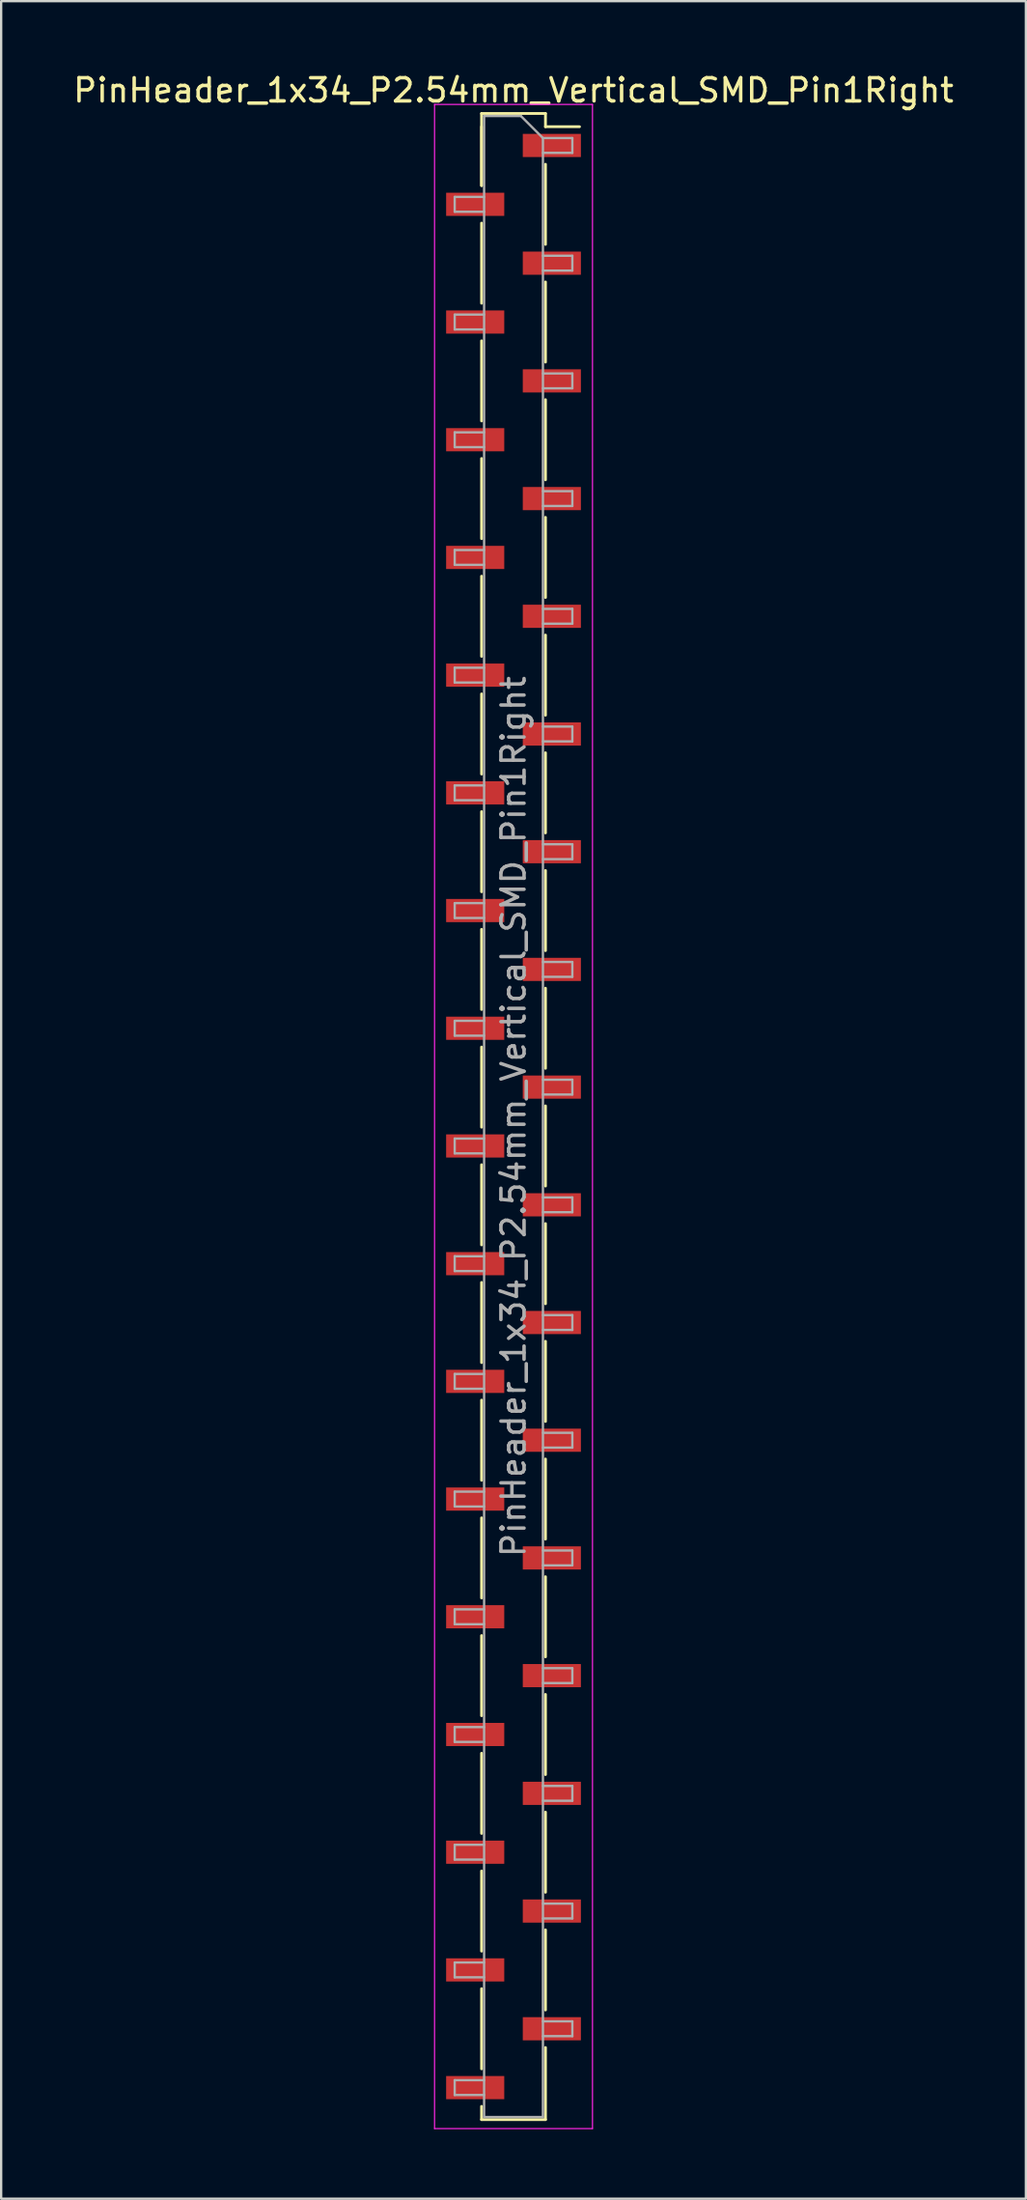
<source format=kicad_pcb>
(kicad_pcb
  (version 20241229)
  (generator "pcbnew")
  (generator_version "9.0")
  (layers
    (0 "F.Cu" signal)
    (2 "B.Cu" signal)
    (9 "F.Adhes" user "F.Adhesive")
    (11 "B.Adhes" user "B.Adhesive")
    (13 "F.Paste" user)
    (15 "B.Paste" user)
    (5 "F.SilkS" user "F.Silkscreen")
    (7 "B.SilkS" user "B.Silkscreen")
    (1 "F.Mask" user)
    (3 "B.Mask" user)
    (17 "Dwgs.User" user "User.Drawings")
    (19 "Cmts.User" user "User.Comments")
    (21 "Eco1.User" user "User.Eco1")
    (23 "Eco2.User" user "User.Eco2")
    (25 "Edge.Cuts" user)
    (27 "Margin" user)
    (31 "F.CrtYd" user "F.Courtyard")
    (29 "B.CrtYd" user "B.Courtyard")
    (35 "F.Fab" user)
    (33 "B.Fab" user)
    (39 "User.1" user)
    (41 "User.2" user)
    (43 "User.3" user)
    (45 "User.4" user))
  (footprint "PinHeader_1x34_P2.54mm_Vertical_SMD_Pin1Right"
    (layer "F.Cu")
    (at 19.125 45.138)
    (property "Reference" "PinHeader_1x34_P2.54mm_Vertical_SMD_Pin1Right" (at 0 -44.29 0) (layer "F.SilkS") (effects (font (size 1 1) (thickness 0.15))))
    (attr smd)
    (fp_line (start -1.38 -43.29) (end -1.38 -40.18) (stroke (width 0.12) (type solid)) (layer "F.SilkS"))
    (fp_line (start -1.38 -43.29) (end 1.38 -43.29) (stroke (width 0.12) (type solid)) (layer "F.SilkS"))
    (fp_line (start -1.38 -42.72) (end -1.38 -40.18) (stroke (width 0.12) (type solid)) (layer "F.SilkS"))
    (fp_line (start -1.38 -38.56) (end -1.38 -35.1) (stroke (width 0.12) (type solid)) (layer "F.SilkS"))
    (fp_line (start -1.38 -33.48) (end -1.38 -30.02) (stroke (width 0.12) (type solid)) (layer "F.SilkS"))
    (fp_line (start -1.38 -28.4) (end -1.38 -24.94) (stroke (width 0.12) (type solid)) (layer "F.SilkS"))
    (fp_line (start -1.38 -23.32) (end -1.38 -19.86) (stroke (width 0.12) (type solid)) (layer "F.SilkS"))
    (fp_line (start -1.38 -18.24) (end -1.38 -14.78) (stroke (width 0.12) (type solid)) (layer "F.SilkS"))
    (fp_line (start -1.38 -13.16) (end -1.38 -9.7) (stroke (width 0.12) (type solid)) (layer "F.SilkS"))
    (fp_line (start -1.38 -8.08) (end -1.38 -4.62) (stroke (width 0.12) (type solid)) (layer "F.SilkS"))
    (fp_line (start -1.38 -3) (end -1.38 0.46) (stroke (width 0.12) (type solid)) (layer "F.SilkS"))
    (fp_line (start -1.38 2.08) (end -1.38 5.54) (stroke (width 0.12) (type solid)) (layer "F.SilkS"))
    (fp_line (start -1.38 7.16) (end -1.38 10.62) (stroke (width 0.12) (type solid)) (layer "F.SilkS"))
    (fp_line (start -1.38 12.24) (end -1.38 15.7) (stroke (width 0.12) (type solid)) (layer "F.SilkS"))
    (fp_line (start -1.38 17.32) (end -1.38 20.78) (stroke (width 0.12) (type solid)) (layer "F.SilkS"))
    (fp_line (start -1.38 22.4) (end -1.38 25.86) (stroke (width 0.12) (type solid)) (layer "F.SilkS"))
    (fp_line (start -1.38 27.48) (end -1.38 30.94) (stroke (width 0.12) (type solid)) (layer "F.SilkS"))
    (fp_line (start -1.38 32.56) (end -1.38 36.02) (stroke (width 0.12) (type solid)) (layer "F.SilkS"))
    (fp_line (start -1.38 37.64) (end -1.38 41.1) (stroke (width 0.12) (type solid)) (layer "F.SilkS"))
    (fp_line (start -1.38 42.72) (end -1.38 43.29) (stroke (width 0.12) (type solid)) (layer "F.SilkS"))
    (fp_line (start -1.38 43.29) (end 1.38 43.29) (stroke (width 0.12) (type solid)) (layer "F.SilkS"))
    (fp_line (start 1.38 -43.29) (end 1.38 -42.72) (stroke (width 0.12) (type solid)) (layer "F.SilkS"))
    (fp_line (start 1.38 -42.72) (end 2.85 -42.72) (stroke (width 0.12) (type solid)) (layer "F.SilkS"))
    (fp_line (start 1.38 -41.1) (end 1.38 -37.64) (stroke (width 0.12) (type solid)) (layer "F.SilkS"))
    (fp_line (start 1.38 -36.02) (end 1.38 -32.56) (stroke (width 0.12) (type solid)) (layer "F.SilkS"))
    (fp_line (start 1.38 -30.94) (end 1.38 -27.48) (stroke (width 0.12) (type solid)) (layer "F.SilkS"))
    (fp_line (start 1.38 -25.86) (end 1.38 -22.4) (stroke (width 0.12) (type solid)) (layer "F.SilkS"))
    (fp_line (start 1.38 -20.78) (end 1.38 -17.32) (stroke (width 0.12) (type solid)) (layer "F.SilkS"))
    (fp_line (start 1.38 -15.7) (end 1.38 -12.24) (stroke (width 0.12) (type solid)) (layer "F.SilkS"))
    (fp_line (start 1.38 -10.62) (end 1.38 -7.16) (stroke (width 0.12) (type solid)) (layer "F.SilkS"))
    (fp_line (start 1.38 -5.54) (end 1.38 -2.08) (stroke (width 0.12) (type solid)) (layer "F.SilkS"))
    (fp_line (start 1.38 -0.46) (end 1.38 3) (stroke (width 0.12) (type solid)) (layer "F.SilkS"))
    (fp_line (start 1.38 4.62) (end 1.38 8.08) (stroke (width 0.12) (type solid)) (layer "F.SilkS"))
    (fp_line (start 1.38 9.7) (end 1.38 13.16) (stroke (width 0.12) (type solid)) (layer "F.SilkS"))
    (fp_line (start 1.38 14.78) (end 1.38 18.24) (stroke (width 0.12) (type solid)) (layer "F.SilkS"))
    (fp_line (start 1.38 19.86) (end 1.38 23.32) (stroke (width 0.12) (type solid)) (layer "F.SilkS"))
    (fp_line (start 1.38 24.94) (end 1.38 28.4) (stroke (width 0.12) (type solid)) (layer "F.SilkS"))
    (fp_line (start 1.38 30.02) (end 1.38 33.48) (stroke (width 0.12) (type solid)) (layer "F.SilkS"))
    (fp_line (start 1.38 35.1) (end 1.38 38.56) (stroke (width 0.12) (type solid)) (layer "F.SilkS"))
    (fp_line (start 1.38 40.18) (end 1.38 43.29) (stroke (width 0.12) (type solid)) (layer "F.SilkS"))
    (fp_line (start -3.41 -43.68) (end -3.41 43.68) (stroke (width 0.05) (type solid)) (layer "F.CrtYd"))
    (fp_line (start -3.41 43.68) (end 3.41 43.68) (stroke (width 0.05) (type solid)) (layer "F.CrtYd"))
    (fp_line (start 3.41 -43.68) (end -3.41 -43.68) (stroke (width 0.05) (type solid)) (layer "F.CrtYd"))
    (fp_line (start 3.41 43.68) (end 3.41 -43.68) (stroke (width 0.05) (type solid)) (layer "F.CrtYd"))
    (fp_line (start -2.54 -39.69) (end -2.54 -39.05) (stroke (width 0.1) (type solid)) (layer "F.Fab"))
    (fp_line (start -2.54 -39.05) (end -1.27 -39.05) (stroke (width 0.1) (type solid)) (layer "F.Fab"))
    (fp_line (start -2.54 -34.61) (end -2.54 -33.97) (stroke (width 0.1) (type solid)) (layer "F.Fab"))
    (fp_line (start -2.54 -33.97) (end -1.27 -33.97) (stroke (width 0.1) (type solid)) (layer "F.Fab"))
    (fp_line (start -2.54 -29.53) (end -2.54 -28.89) (stroke (width 0.1) (type solid)) (layer "F.Fab"))
    (fp_line (start -2.54 -28.89) (end -1.27 -28.89) (stroke (width 0.1) (type solid)) (layer "F.Fab"))
    (fp_line (start -2.54 -24.45) (end -2.54 -23.81) (stroke (width 0.1) (type solid)) (layer "F.Fab"))
    (fp_line (start -2.54 -23.81) (end -1.27 -23.81) (stroke (width 0.1) (type solid)) (layer "F.Fab"))
    (fp_line (start -2.54 -19.37) (end -2.54 -18.73) (stroke (width 0.1) (type solid)) (layer "F.Fab"))
    (fp_line (start -2.54 -18.73) (end -1.27 -18.73) (stroke (width 0.1) (type solid)) (layer "F.Fab"))
    (fp_line (start -2.54 -14.29) (end -2.54 -13.65) (stroke (width 0.1) (type solid)) (layer "F.Fab"))
    (fp_line (start -2.54 -13.65) (end -1.27 -13.65) (stroke (width 0.1) (type solid)) (layer "F.Fab"))
    (fp_line (start -2.54 -9.21) (end -2.54 -8.57) (stroke (width 0.1) (type solid)) (layer "F.Fab"))
    (fp_line (start -2.54 -8.57) (end -1.27 -8.57) (stroke (width 0.1) (type solid)) (layer "F.Fab"))
    (fp_line (start -2.54 -4.13) (end -2.54 -3.49) (stroke (width 0.1) (type solid)) (layer "F.Fab"))
    (fp_line (start -2.54 -3.49) (end -1.27 -3.49) (stroke (width 0.1) (type solid)) (layer "F.Fab"))
    (fp_line (start -2.54 0.95) (end -2.54 1.59) (stroke (width 0.1) (type solid)) (layer "F.Fab"))
    (fp_line (start -2.54 1.59) (end -1.27 1.59) (stroke (width 0.1) (type solid)) (layer "F.Fab"))
    (fp_line (start -2.54 6.03) (end -2.54 6.67) (stroke (width 0.1) (type solid)) (layer "F.Fab"))
    (fp_line (start -2.54 6.67) (end -1.27 6.67) (stroke (width 0.1) (type solid)) (layer "F.Fab"))
    (fp_line (start -2.54 11.11) (end -2.54 11.75) (stroke (width 0.1) (type solid)) (layer "F.Fab"))
    (fp_line (start -2.54 11.75) (end -1.27 11.75) (stroke (width 0.1) (type solid)) (layer "F.Fab"))
    (fp_line (start -2.54 16.19) (end -2.54 16.83) (stroke (width 0.1) (type solid)) (layer "F.Fab"))
    (fp_line (start -2.54 16.83) (end -1.27 16.83) (stroke (width 0.1) (type solid)) (layer "F.Fab"))
    (fp_line (start -2.54 21.27) (end -2.54 21.91) (stroke (width 0.1) (type solid)) (layer "F.Fab"))
    (fp_line (start -2.54 21.91) (end -1.27 21.91) (stroke (width 0.1) (type solid)) (layer "F.Fab"))
    (fp_line (start -2.54 26.35) (end -2.54 26.99) (stroke (width 0.1) (type solid)) (layer "F.Fab"))
    (fp_line (start -2.54 26.99) (end -1.27 26.99) (stroke (width 0.1) (type solid)) (layer "F.Fab"))
    (fp_line (start -2.54 31.43) (end -2.54 32.07) (stroke (width 0.1) (type solid)) (layer "F.Fab"))
    (fp_line (start -2.54 32.07) (end -1.27 32.07) (stroke (width 0.1) (type solid)) (layer "F.Fab"))
    (fp_line (start -2.54 36.51) (end -2.54 37.15) (stroke (width 0.1) (type solid)) (layer "F.Fab"))
    (fp_line (start -2.54 37.15) (end -1.27 37.15) (stroke (width 0.1) (type solid)) (layer "F.Fab"))
    (fp_line (start -2.54 41.59) (end -2.54 42.23) (stroke (width 0.1) (type solid)) (layer "F.Fab"))
    (fp_line (start -2.54 42.23) (end -1.27 42.23) (stroke (width 0.1) (type solid)) (layer "F.Fab"))
    (fp_line (start -1.27 -43.18) (end -1.27 43.18) (stroke (width 0.1) (type solid)) (layer "F.Fab"))
    (fp_line (start -1.27 -43.18) (end 0.32 -43.18) (stroke (width 0.1) (type solid)) (layer "F.Fab"))
    (fp_line (start -1.27 -39.69) (end -2.54 -39.69) (stroke (width 0.1) (type solid)) (layer "F.Fab"))
    (fp_line (start -1.27 -34.61) (end -2.54 -34.61) (stroke (width 0.1) (type solid)) (layer "F.Fab"))
    (fp_line (start -1.27 -29.53) (end -2.54 -29.53) (stroke (width 0.1) (type solid)) (layer "F.Fab"))
    (fp_line (start -1.27 -24.45) (end -2.54 -24.45) (stroke (width 0.1) (type solid)) (layer "F.Fab"))
    (fp_line (start -1.27 -19.37) (end -2.54 -19.37) (stroke (width 0.1) (type solid)) (layer "F.Fab"))
    (fp_line (start -1.27 -14.29) (end -2.54 -14.29) (stroke (width 0.1) (type solid)) (layer "F.Fab"))
    (fp_line (start -1.27 -9.21) (end -2.54 -9.21) (stroke (width 0.1) (type solid)) (layer "F.Fab"))
    (fp_line (start -1.27 -4.13) (end -2.54 -4.13) (stroke (width 0.1) (type solid)) (layer "F.Fab"))
    (fp_line (start -1.27 0.95) (end -2.54 0.95) (stroke (width 0.1) (type solid)) (layer "F.Fab"))
    (fp_line (start -1.27 6.03) (end -2.54 6.03) (stroke (width 0.1) (type solid)) (layer "F.Fab"))
    (fp_line (start -1.27 11.11) (end -2.54 11.11) (stroke (width 0.1) (type solid)) (layer "F.Fab"))
    (fp_line (start -1.27 16.19) (end -2.54 16.19) (stroke (width 0.1) (type solid)) (layer "F.Fab"))
    (fp_line (start -1.27 21.27) (end -2.54 21.27) (stroke (width 0.1) (type solid)) (layer "F.Fab"))
    (fp_line (start -1.27 26.35) (end -2.54 26.35) (stroke (width 0.1) (type solid)) (layer "F.Fab"))
    (fp_line (start -1.27 31.43) (end -2.54 31.43) (stroke (width 0.1) (type solid)) (layer "F.Fab"))
    (fp_line (start -1.27 36.51) (end -2.54 36.51) (stroke (width 0.1) (type solid)) (layer "F.Fab"))
    (fp_line (start -1.27 41.59) (end -2.54 41.59) (stroke (width 0.1) (type solid)) (layer "F.Fab"))
    (fp_line (start 1.27 -42.23) (end 0.32 -43.18) (stroke (width 0.1) (type solid)) (layer "F.Fab"))
    (fp_line (start 1.27 -42.23) (end 2.54 -42.23) (stroke (width 0.1) (type solid)) (layer "F.Fab"))
    (fp_line (start 1.27 -37.15) (end 2.54 -37.15) (stroke (width 0.1) (type solid)) (layer "F.Fab"))
    (fp_line (start 1.27 -32.07) (end 2.54 -32.07) (stroke (width 0.1) (type solid)) (layer "F.Fab"))
    (fp_line (start 1.27 -26.99) (end 2.54 -26.99) (stroke (width 0.1) (type solid)) (layer "F.Fab"))
    (fp_line (start 1.27 -21.91) (end 2.54 -21.91) (stroke (width 0.1) (type solid)) (layer "F.Fab"))
    (fp_line (start 1.27 -16.83) (end 2.54 -16.83) (stroke (width 0.1) (type solid)) (layer "F.Fab"))
    (fp_line (start 1.27 -11.75) (end 2.54 -11.75) (stroke (width 0.1) (type solid)) (layer "F.Fab"))
    (fp_line (start 1.27 -6.67) (end 2.54 -6.67) (stroke (width 0.1) (type solid)) (layer "F.Fab"))
    (fp_line (start 1.27 -1.59) (end 2.54 -1.59) (stroke (width 0.1) (type solid)) (layer "F.Fab"))
    (fp_line (start 1.27 3.49) (end 2.54 3.49) (stroke (width 0.1) (type solid)) (layer "F.Fab"))
    (fp_line (start 1.27 8.57) (end 2.54 8.57) (stroke (width 0.1) (type solid)) (layer "F.Fab"))
    (fp_line (start 1.27 13.65) (end 2.54 13.65) (stroke (width 0.1) (type solid)) (layer "F.Fab"))
    (fp_line (start 1.27 18.73) (end 2.54 18.73) (stroke (width 0.1) (type solid)) (layer "F.Fab"))
    (fp_line (start 1.27 23.81) (end 2.54 23.81) (stroke (width 0.1) (type solid)) (layer "F.Fab"))
    (fp_line (start 1.27 28.89) (end 2.54 28.89) (stroke (width 0.1) (type solid)) (layer "F.Fab"))
    (fp_line (start 1.27 33.97) (end 2.54 33.97) (stroke (width 0.1) (type solid)) (layer "F.Fab"))
    (fp_line (start 1.27 39.05) (end 2.54 39.05) (stroke (width 0.1) (type solid)) (layer "F.Fab"))
    (fp_line (start 1.27 43.18) (end -1.27 43.18) (stroke (width 0.1) (type solid)) (layer "F.Fab"))
    (fp_line (start 1.27 43.18) (end 1.27 -42.23) (stroke (width 0.1) (type solid)) (layer "F.Fab"))
    (fp_line (start 2.54 -42.23) (end 2.54 -41.59) (stroke (width 0.1) (type solid)) (layer "F.Fab"))
    (fp_line (start 2.54 -41.59) (end 1.27 -41.59) (stroke (width 0.1) (type solid)) (layer "F.Fab"))
    (fp_line (start 2.54 -37.15) (end 2.54 -36.51) (stroke (width 0.1) (type solid)) (layer "F.Fab"))
    (fp_line (start 2.54 -36.51) (end 1.27 -36.51) (stroke (width 0.1) (type solid)) (layer "F.Fab"))
    (fp_line (start 2.54 -32.07) (end 2.54 -31.43) (stroke (width 0.1) (type solid)) (layer "F.Fab"))
    (fp_line (start 2.54 -31.43) (end 1.27 -31.43) (stroke (width 0.1) (type solid)) (layer "F.Fab"))
    (fp_line (start 2.54 -26.99) (end 2.54 -26.35) (stroke (width 0.1) (type solid)) (layer "F.Fab"))
    (fp_line (start 2.54 -26.35) (end 1.27 -26.35) (stroke (width 0.1) (type solid)) (layer "F.Fab"))
    (fp_line (start 2.54 -21.91) (end 2.54 -21.27) (stroke (width 0.1) (type solid)) (layer "F.Fab"))
    (fp_line (start 2.54 -21.27) (end 1.27 -21.27) (stroke (width 0.1) (type solid)) (layer "F.Fab"))
    (fp_line (start 2.54 -16.83) (end 2.54 -16.19) (stroke (width 0.1) (type solid)) (layer "F.Fab"))
    (fp_line (start 2.54 -16.19) (end 1.27 -16.19) (stroke (width 0.1) (type solid)) (layer "F.Fab"))
    (fp_line (start 2.54 -11.75) (end 2.54 -11.11) (stroke (width 0.1) (type solid)) (layer "F.Fab"))
    (fp_line (start 2.54 -11.11) (end 1.27 -11.11) (stroke (width 0.1) (type solid)) (layer "F.Fab"))
    (fp_line (start 2.54 -6.67) (end 2.54 -6.03) (stroke (width 0.1) (type solid)) (layer "F.Fab"))
    (fp_line (start 2.54 -6.03) (end 1.27 -6.03) (stroke (width 0.1) (type solid)) (layer "F.Fab"))
    (fp_line (start 2.54 -1.59) (end 2.54 -0.95) (stroke (width 0.1) (type solid)) (layer "F.Fab"))
    (fp_line (start 2.54 -0.95) (end 1.27 -0.95) (stroke (width 0.1) (type solid)) (layer "F.Fab"))
    (fp_line (start 2.54 3.49) (end 2.54 4.13) (stroke (width 0.1) (type solid)) (layer "F.Fab"))
    (fp_line (start 2.54 4.13) (end 1.27 4.13) (stroke (width 0.1) (type solid)) (layer "F.Fab"))
    (fp_line (start 2.54 8.57) (end 2.54 9.21) (stroke (width 0.1) (type solid)) (layer "F.Fab"))
    (fp_line (start 2.54 9.21) (end 1.27 9.21) (stroke (width 0.1) (type solid)) (layer "F.Fab"))
    (fp_line (start 2.54 13.65) (end 2.54 14.29) (stroke (width 0.1) (type solid)) (layer "F.Fab"))
    (fp_line (start 2.54 14.29) (end 1.27 14.29) (stroke (width 0.1) (type solid)) (layer "F.Fab"))
    (fp_line (start 2.54 18.73) (end 2.54 19.37) (stroke (width 0.1) (type solid)) (layer "F.Fab"))
    (fp_line (start 2.54 19.37) (end 1.27 19.37) (stroke (width 0.1) (type solid)) (layer "F.Fab"))
    (fp_line (start 2.54 23.81) (end 2.54 24.45) (stroke (width 0.1) (type solid)) (layer "F.Fab"))
    (fp_line (start 2.54 24.45) (end 1.27 24.45) (stroke (width 0.1) (type solid)) (layer "F.Fab"))
    (fp_line (start 2.54 28.89) (end 2.54 29.53) (stroke (width 0.1) (type solid)) (layer "F.Fab"))
    (fp_line (start 2.54 29.53) (end 1.27 29.53) (stroke (width 0.1) (type solid)) (layer "F.Fab"))
    (fp_line (start 2.54 33.97) (end 2.54 34.61) (stroke (width 0.1) (type solid)) (layer "F.Fab"))
    (fp_line (start 2.54 34.61) (end 1.27 34.61) (stroke (width 0.1) (type solid)) (layer "F.Fab"))
    (fp_line (start 2.54 39.05) (end 2.54 39.69) (stroke (width 0.1) (type solid)) (layer "F.Fab"))
    (fp_line (start 2.54 39.69) (end 1.27 39.69) (stroke (width 0.1) (type solid)) (layer "F.Fab"))
    (fp_text user "${REFERENCE}" (at 0 0 90) (layer "F.Fab") (effects (font (size 1 1) (thickness 0.15))))
    (pad "1" smd rect (at 1.655 -41.91) (size 2.51 1) (layers "F.Cu" "F.Mask" "F.Paste"))
    (pad "2" smd rect (at -1.655 -39.37) (size 2.51 1) (layers "F.Cu" "F.Mask" "F.Paste"))
    (pad "3" smd rect (at 1.655 -36.83) (size 2.51 1) (layers "F.Cu" "F.Mask" "F.Paste"))
    (pad "4" smd rect (at -1.655 -34.29) (size 2.51 1) (layers "F.Cu" "F.Mask" "F.Paste"))
    (pad "5" smd rect (at 1.655 -31.75) (size 2.51 1) (layers "F.Cu" "F.Mask" "F.Paste"))
    (pad "6" smd rect (at -1.655 -29.21) (size 2.51 1) (layers "F.Cu" "F.Mask" "F.Paste"))
    (pad "7" smd rect (at 1.655 -26.67) (size 2.51 1) (layers "F.Cu" "F.Mask" "F.Paste"))
    (pad "8" smd rect (at -1.655 -24.13) (size 2.51 1) (layers "F.Cu" "F.Mask" "F.Paste"))
    (pad "9" smd rect (at 1.655 -21.59) (size 2.51 1) (layers "F.Cu" "F.Mask" "F.Paste"))
    (pad "10" smd rect (at -1.655 -19.05) (size 2.51 1) (layers "F.Cu" "F.Mask" "F.Paste"))
    (pad "11" smd rect (at 1.655 -16.51) (size 2.51 1) (layers "F.Cu" "F.Mask" "F.Paste"))
    (pad "12" smd rect (at -1.655 -13.97) (size 2.51 1) (layers "F.Cu" "F.Mask" "F.Paste"))
    (pad "13" smd rect (at 1.655 -11.43) (size 2.51 1) (layers "F.Cu" "F.Mask" "F.Paste"))
    (pad "14" smd rect (at -1.655 -8.89) (size 2.51 1) (layers "F.Cu" "F.Mask" "F.Paste"))
    (pad "15" smd rect (at 1.655 -6.35) (size 2.51 1) (layers "F.Cu" "F.Mask" "F.Paste"))
    (pad "16" smd rect (at -1.655 -3.81) (size 2.51 1) (layers "F.Cu" "F.Mask" "F.Paste"))
    (pad "17" smd rect (at 1.655 -1.27) (size 2.51 1) (layers "F.Cu" "F.Mask" "F.Paste"))
    (pad "18" smd rect (at -1.655 1.27) (size 2.51 1) (layers "F.Cu" "F.Mask" "F.Paste"))
    (pad "19" smd rect (at 1.655 3.81) (size 2.51 1) (layers "F.Cu" "F.Mask" "F.Paste"))
    (pad "20" smd rect (at -1.655 6.35) (size 2.51 1) (layers "F.Cu" "F.Mask" "F.Paste"))
    (pad "21" smd rect (at 1.655 8.89) (size 2.51 1) (layers "F.Cu" "F.Mask" "F.Paste"))
    (pad "22" smd rect (at -1.655 11.43) (size 2.51 1) (layers "F.Cu" "F.Mask" "F.Paste"))
    (pad "23" smd rect (at 1.655 13.97) (size 2.51 1) (layers "F.Cu" "F.Mask" "F.Paste"))
    (pad "24" smd rect (at -1.655 16.51) (size 2.51 1) (layers "F.Cu" "F.Mask" "F.Paste"))
    (pad "25" smd rect (at 1.655 19.05) (size 2.51 1) (layers "F.Cu" "F.Mask" "F.Paste"))
    (pad "26" smd rect (at -1.655 21.59) (size 2.51 1) (layers "F.Cu" "F.Mask" "F.Paste"))
    (pad "27" smd rect (at 1.655 24.13) (size 2.51 1) (layers "F.Cu" "F.Mask" "F.Paste"))
    (pad "28" smd rect (at -1.655 26.67) (size 2.51 1) (layers "F.Cu" "F.Mask" "F.Paste"))
    (pad "29" smd rect (at 1.655 29.21) (size 2.51 1) (layers "F.Cu" "F.Mask" "F.Paste"))
    (pad "30" smd rect (at -1.655 31.75) (size 2.51 1) (layers "F.Cu" "F.Mask" "F.Paste"))
    (pad "31" smd rect (at 1.655 34.29) (size 2.51 1) (layers "F.Cu" "F.Mask" "F.Paste"))
    (pad "32" smd rect (at -1.655 36.83) (size 2.51 1) (layers "F.Cu" "F.Mask" "F.Paste"))
    (pad "33" smd rect (at 1.655 39.37) (size 2.51 1) (layers "F.Cu" "F.Mask" "F.Paste"))
    (pad "34" smd rect (at -1.655 41.91) (size 2.51 1) (layers "F.Cu" "F.Mask" "F.Paste")))
  (gr_rect
    (start -3 -3)
    (end 41.25 91.843)
    (stroke (width 0.1) (type default))
    (fill no)
    (layer "Edge.Cuts")))
</source>
